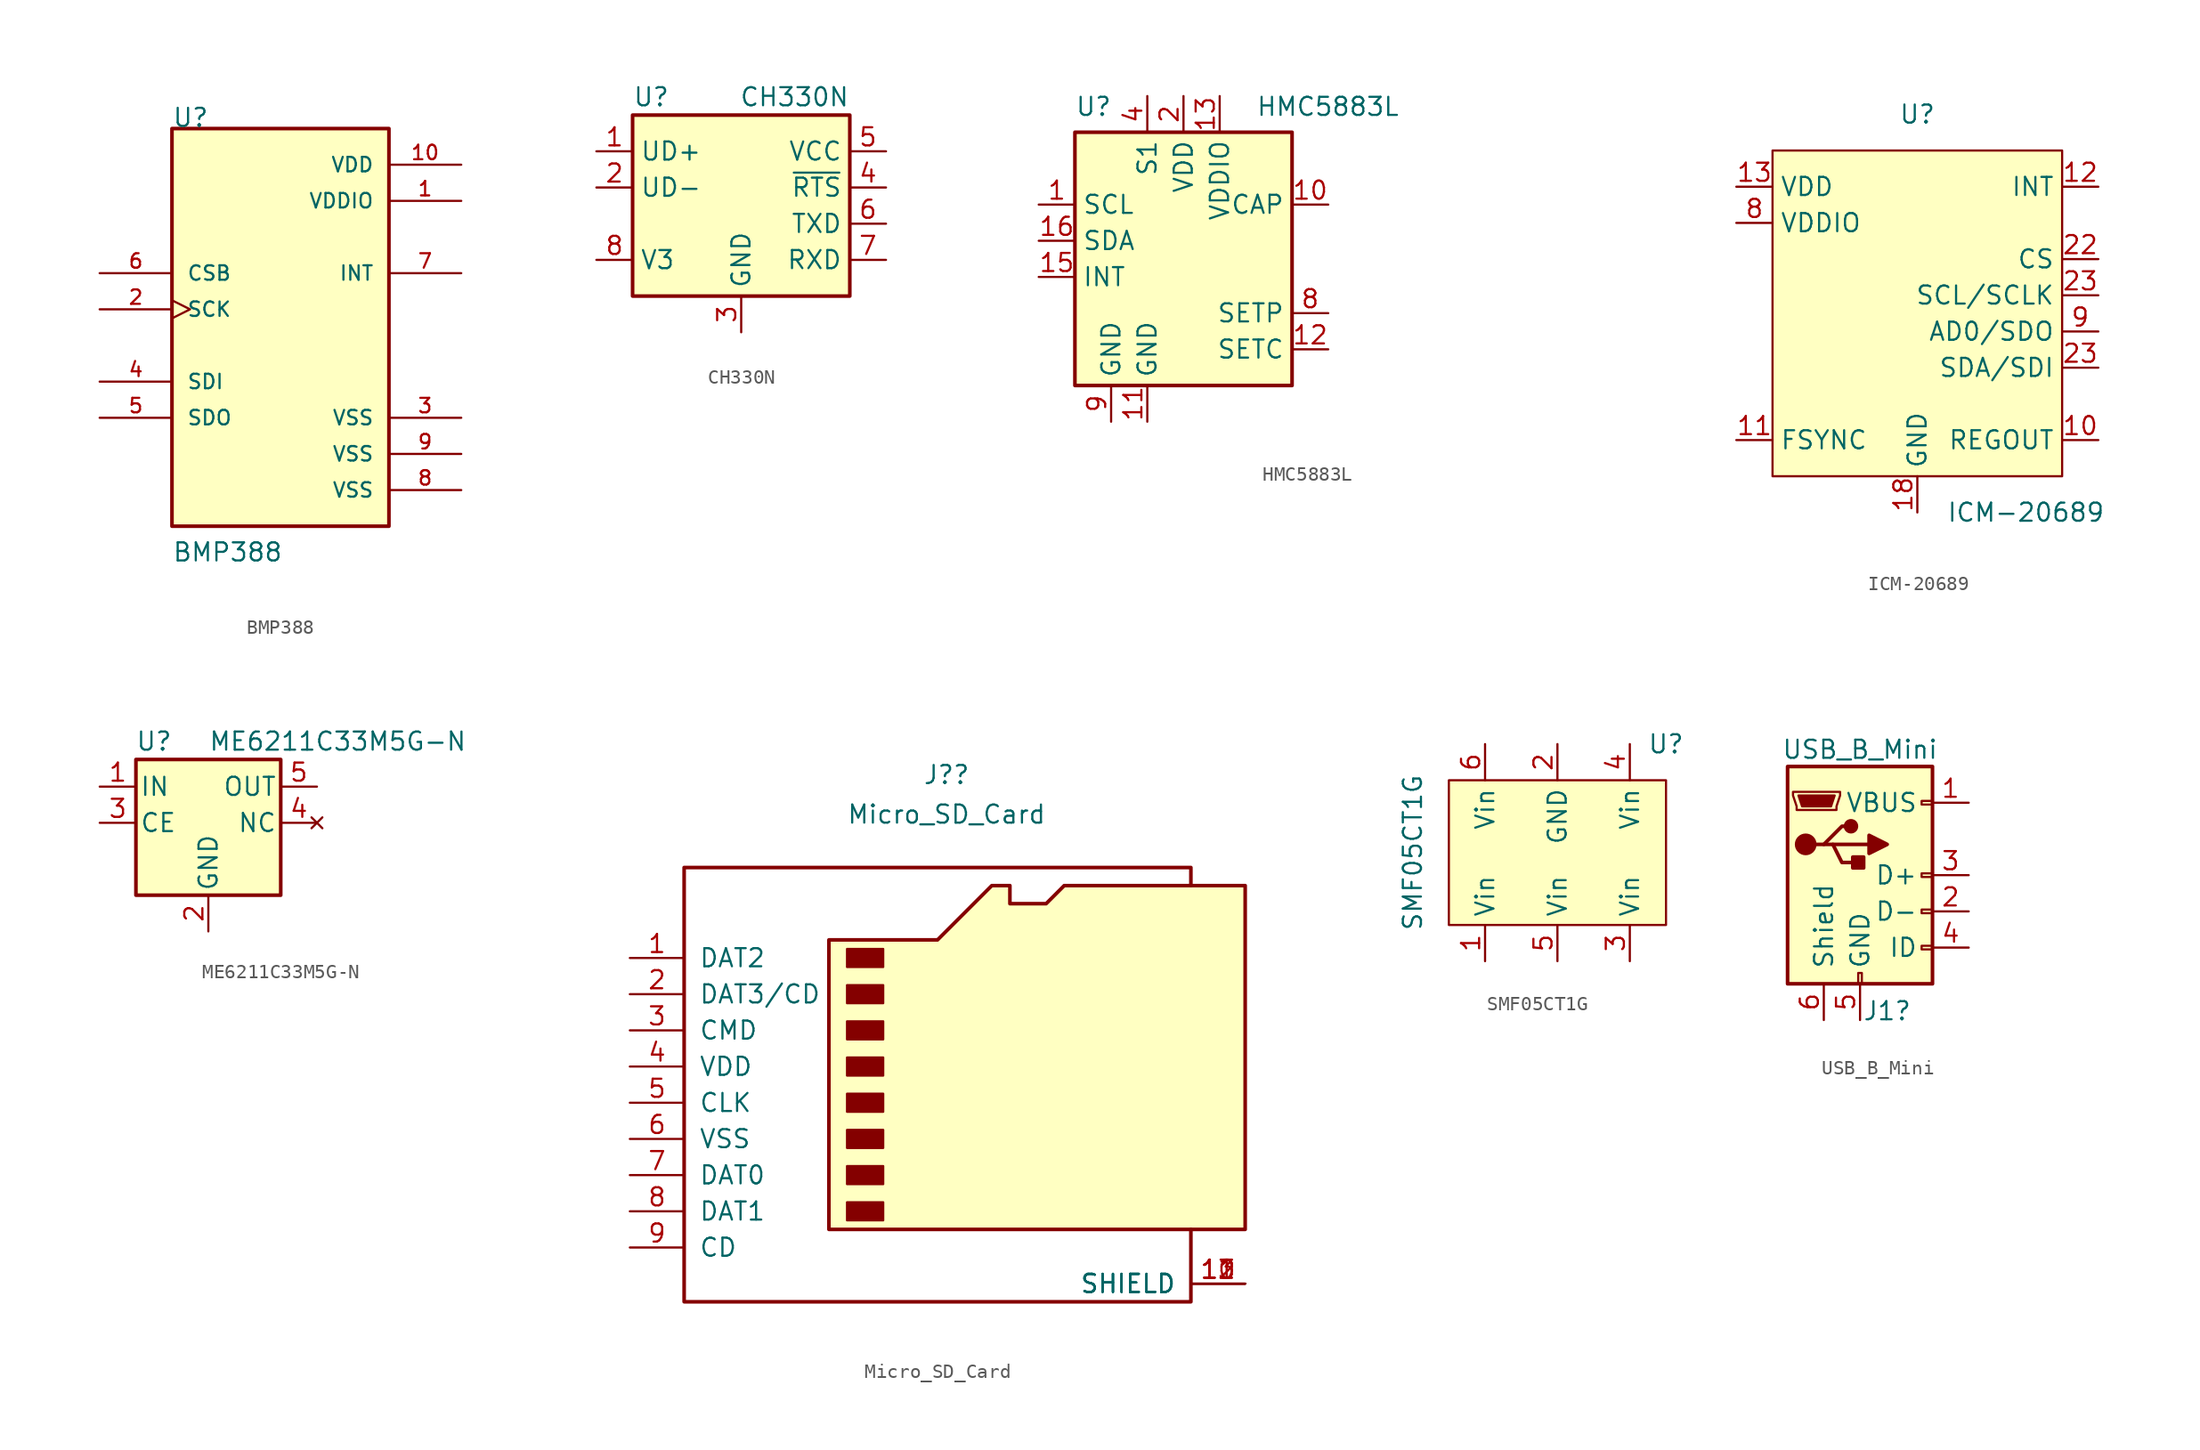
<source format=kicad_sym>
(kicad_symbol_lib
  (version 20211014)
  (generator kicad_symbol_editor)
  (symbol "BMP388"
    (pin_names
      (offset 1.016))
    (property "Reference" "U"
      (at -7.62 15.265 0)
      (effects (font (size 1.27 1.27)) (justify left bottom)))
    (property "Value" "BMP388"
      (at -7.62 -15.265 0)
      (effects (font (size 1.27 1.27)) (justify left bottom)))
    (property "ki_locked" ""
      (at 0 0 0)
      (effects (font (size 1.27 1.27))))
    (symbol "BMP388_0_0"
      (rectangle (start -7.62 -12.7) (end 7.62 15.24) (stroke (width 0.254) (type default) (color 0 0 0 0)) (fill (type background)))
      (pin power_in line (at 12.7 10.16 180) (length 5.08) (name "VDDIO" (effects (font (size 1.016 1.016)))) (number "1" (effects (font (size 1.016 1.016)))))
      (pin power_in line (at 12.7 12.7 180) (length 5.08) (name "VDD" (effects (font (size 1.016 1.016)))) (number "10" (effects (font (size 1.016 1.016)))))
      (pin input clock (at -12.7 2.54 0) (length 5.08) (name "SCK" (effects (font (size 1.016 1.016)))) (number "2" (effects (font (size 1.016 1.016)))))
      (pin power_in line (at 12.7 -5.08 180) (length 5.08) (name "VSS" (effects (font (size 1.016 1.016)))) (number "3" (effects (font (size 1.016 1.016)))))
      (pin bidirectional line (at -12.7 -2.54 0) (length 5.08) (name "SDI" (effects (font (size 1.016 1.016)))) (number "4" (effects (font (size 1.016 1.016)))))
      (pin bidirectional line (at -12.7 -5.08 0) (length 5.08) (name "SDO" (effects (font (size 1.016 1.016)))) (number "5" (effects (font (size 1.016 1.016)))))
      (pin input line (at -12.7 5.08 0) (length 5.08) (name "CSB" (effects (font (size 1.016 1.016)))) (number "6" (effects (font (size 1.016 1.016)))))
      (pin output line (at 12.7 5.08 180) (length 5.08) (name "INT" (effects (font (size 1.016 1.016)))) (number "7" (effects (font (size 1.016 1.016)))))
      (pin power_in line (at 12.7 -10.16 180) (length 5.08) (name "VSS" (effects (font (size 1.016 1.016)))) (number "8" (effects (font (size 1.016 1.016)))))
      (pin power_in line (at 12.7 -7.62 180) (length 5.08) (name "VSS" (effects (font (size 1.016 1.016)))) (number "9" (effects (font (size 1.016 1.016)))))))
  (symbol "CH330N"
    (property "Reference" "U"
      (at -7.62 6.35 0)
      (effects (font (size 1.27 1.27)) (justify left)))
    (property "Value" "CH330N"
      (at 7.62 6.35 0)
      (effects (font (size 1.27 1.27)) (justify right)))
    (symbol "CH330N_0_1"
      (rectangle (start -7.62 5.08) (end 7.62 -7.62) (stroke (width 0.254) (type default) (color 0 0 0 0)) (fill (type background))))
    (symbol "CH330N_1_1"
      (pin bidirectional line (at -10.16 2.54 0) (length 2.54) (name "UD+" (effects (font (size 1.27 1.27)))) (number "1" (effects (font (size 1.27 1.27)))))
      (pin bidirectional line (at -10.16 0 0) (length 2.54) (name "UD-" (effects (font (size 1.27 1.27)))) (number "2" (effects (font (size 1.27 1.27)))))
      (pin power_in line (at 0 -10.16 90) (length 2.54) (name "GND" (effects (font (size 1.27 1.27)))) (number "3" (effects (font (size 1.27 1.27)))))
      (pin output line (at 10.16 0 180) (length 2.54) (name "~{RTS}" (effects (font (size 1.27 1.27)))) (number "4" (effects (font (size 1.27 1.27)))))
      (pin power_in line (at 10.16 2.54 180) (length 2.54) (name "VCC" (effects (font (size 1.27 1.27)))) (number "5" (effects (font (size 1.27 1.27)))))
      (pin output line (at 10.16 -2.54 180) (length 2.54) (name "TXD" (effects (font (size 1.27 1.27)))) (number "6" (effects (font (size 1.27 1.27)))))
      (pin input line (at 10.16 -5.08 180) (length 2.54) (name "RXD" (effects (font (size 1.27 1.27)))) (number "7" (effects (font (size 1.27 1.27)))))
      (pin passive line (at -10.16 -5.08 0) (length 2.54) (name "V3" (effects (font (size 1.27 1.27)))) (number "8" (effects (font (size 1.27 1.27)))))))
  (symbol "HMC5883L"
    (property "Reference" "U"
      (at -7.62 7.62 0)
      (effects (font (size 1.27 1.27)) (justify left top)))
    (property "Value" "HMC5883L"
      (at 5.08 7.62 0)
      (effects (font (size 1.27 1.27)) (justify left top)))
    (symbol "HMC5883L_0_1"
      (rectangle (start -7.62 5.08) (end 7.62 -12.7) (stroke (width 0.254) (type default) (color 0 0 0 0)) (fill (type background))))
    (symbol "HMC5883L_1_1"
      (pin input line (at -10.16 0 0) (length 2.54) (name "SCL" (effects (font (size 1.27 1.27)))) (number "1" (effects (font (size 1.27 1.27)))))
      (pin passive line (at 10.16 0 180) (length 2.54) (name "CAP" (effects (font (size 1.27 1.27)))) (number "10" (effects (font (size 1.27 1.27)))))
      (pin power_in line (at -2.54 -15.24 90) (length 2.54) (name "GND" (effects (font (size 1.27 1.27)))) (number "11" (effects (font (size 1.27 1.27)))))
      (pin passive line (at 10.16 -10.16 180) (length 2.54) (name "SETC" (effects (font (size 1.27 1.27)))) (number "12" (effects (font (size 1.27 1.27)))))
      (pin power_in line (at 2.54 7.62 270) (length 2.54) (name "VDDIO" (effects (font (size 1.27 1.27)))) (number "13" (effects (font (size 1.27 1.27)))))
      (pin no_connect line (at 27.94 -12.7 180) (length 2.54) hide (name "NC" (effects (font (size 1.27 1.27)))) (number "14" (effects (font (size 1.27 1.27)))))
      (pin output line (at -10.16 -5.08 0) (length 2.54) (name "INT" (effects (font (size 1.27 1.27)))) (number "15" (effects (font (size 1.27 1.27)))))
      (pin bidirectional line (at -10.16 -2.54 0) (length 2.54) (name "SDA" (effects (font (size 1.27 1.27)))) (number "16" (effects (font (size 1.27 1.27)))))
      (pin power_in line (at 0 7.62 270) (length 2.54) (name "VDD" (effects (font (size 1.27 1.27)))) (number "2" (effects (font (size 1.27 1.27)))))
      (pin no_connect line (at 27.94 -2.54 180) (length 2.54) hide (name "NC" (effects (font (size 1.27 1.27)))) (number "3" (effects (font (size 1.27 1.27)))))
      (pin power_in line (at -2.54 7.62 270) (length 2.54) (name "S1" (effects (font (size 1.27 1.27)))) (number "4" (effects (font (size 1.27 1.27)))))
      (pin no_connect line (at 27.94 -5.08 180) (length 2.54) hide (name "NC" (effects (font (size 1.27 1.27)))) (number "5" (effects (font (size 1.27 1.27)))))
      (pin no_connect line (at 27.94 -7.62 180) (length 2.54) hide (name "NC" (effects (font (size 1.27 1.27)))) (number "6" (effects (font (size 1.27 1.27)))))
      (pin no_connect line (at 27.94 -10.16 180) (length 2.54) hide (name "NC" (effects (font (size 1.27 1.27)))) (number "7" (effects (font (size 1.27 1.27)))))
      (pin passive line (at 10.16 -7.62 180) (length 2.54) (name "SETP" (effects (font (size 1.27 1.27)))) (number "8" (effects (font (size 1.27 1.27)))))
      (pin power_in line (at -5.08 -15.24 90) (length 2.54) (name "GND" (effects (font (size 1.27 1.27)))) (number "9" (effects (font (size 1.27 1.27)))))))
  (symbol "ICM-20689"
    (property "Reference" "U"
      (at 0 20.32 0)
      (effects (font (size 1.27 1.27))))
    (property "Value" "ICM-20689"
      (at 7.62 -7.62 0)
      (effects (font (size 1.27 1.27))))
    (symbol "ICM-20689_0_1"
      (rectangle (start -10.16 17.78) (end 10.16 -5.08) (stroke (width 0.152) (type default) (color 0 0 0 0)) (fill (type background))))
    (symbol "ICM-20689_1_1"
      (pin output line (at 12.7 -2.54 180) (length 2.54) (name "REGOUT" (effects (font (size 1.27 1.27)))) (number "10" (effects (font (size 1.27 1.27)))))
      (pin input line (at -12.7 -2.54 0) (length 2.54) (name "FSYNC" (effects (font (size 1.27 1.27)))) (number "11" (effects (font (size 1.27 1.27)))))
      (pin output line (at 12.7 15.24 180) (length 2.54) (name "INT" (effects (font (size 1.27 1.27)))) (number "12" (effects (font (size 1.27 1.27)))))
      (pin power_in line (at -12.7 15.24 0) (length 2.54) (name "VDD" (effects (font (size 1.27 1.27)))) (number "13" (effects (font (size 1.27 1.27)))))
      (pin power_in line (at 0 -7.62 90) (length 2.54) (name "GND" (effects (font (size 1.27 1.27)))) (number "18" (effects (font (size 1.27 1.27)))))
      (pin input line (at 12.7 10.16 180) (length 2.54) (name "CS" (effects (font (size 1.27 1.27)))) (number "22" (effects (font (size 1.27 1.27)))))
      (pin input line (at 12.7 7.62 180) (length 2.54) (name "SCL/SCLK" (effects (font (size 1.27 1.27)))) (number "23" (effects (font (size 1.27 1.27)))))
      (pin input line (at 12.7 2.54 180) (length 2.54) (name "SDA/SDI" (effects (font (size 1.27 1.27)))) (number "23" (effects (font (size 1.27 1.27)))))
      (pin power_in line (at -12.7 12.7 0) (length 2.54) (name "VDDIO" (effects (font (size 1.27 1.27)))) (number "8" (effects (font (size 1.27 1.27)))))
      (pin output line (at 12.7 5.08 180) (length 2.54) (name "AD0/SDO" (effects (font (size 1.27 1.27)))) (number "9" (effects (font (size 1.27 1.27)))))))
  (symbol "ME6211C33M5G-N"
    (pin_names
      (offset 0.254))
    (property "Reference" "U"
      (at -3.81 5.715 0)
      (effects (font (size 1.27 1.27))))
    (property "Value" "ME6211C33M5G-N"
      (at 0 5.715 0)
      (effects (font (size 1.27 1.27)) (justify left)))
    (symbol "ME6211C33M5G-N_0_1"
      (rectangle (start -5.08 4.445) (end 5.08 -5.08) (stroke (width 0.254) (type default) (color 0 0 0 0)) (fill (type background))))
    (symbol "ME6211C33M5G-N_1_1"
      (pin power_in line (at -7.62 2.54 0) (length 2.54) (name "IN" (effects (font (size 1.27 1.27)))) (number "1" (effects (font (size 1.27 1.27)))))
      (pin power_in line (at 0 -7.62 90) (length 2.54) (name "GND" (effects (font (size 1.27 1.27)))) (number "2" (effects (font (size 1.27 1.27)))))
      (pin input line (at -7.62 0 0) (length 2.54) (name "CE" (effects (font (size 1.27 1.27)))) (number "3" (effects (font (size 1.27 1.27)))))
      (pin no_connect line (at 7.62 0 180) (length 2.54) (name "NC" (effects (font (size 1.27 1.27)))) (number "4" (effects (font (size 1.27 1.27)))))
      (pin power_out line (at 7.62 2.54 180) (length 2.54) (name "OUT" (effects (font (size 1.27 1.27)))) (number "5" (effects (font (size 1.27 1.27)))))))
  (symbol "Micro_SD_Card"
    (pin_names
      (offset 1.016))
    (property "Reference" "J?"
      (at -0.635 20.477 0)
      (effects (font (size 1.27 1.27))))
    (property "Value" "Micro_SD_Card"
      (at -0.635 17.701 0)
      (effects (font (size 1.27 1.27))))
    (symbol "Micro_SD_Card_0_1"
      (rectangle (start -7.62 -9.525) (end -5.08 -10.795) (stroke (width 0) (type default) (color 0 0 0 0)) (fill (type outline)))
      (rectangle (start -7.62 -6.985) (end -5.08 -8.255) (stroke (width 0) (type default) (color 0 0 0 0)) (fill (type outline)))
      (rectangle (start -7.62 -4.445) (end -5.08 -5.715) (stroke (width 0) (type default) (color 0 0 0 0)) (fill (type outline)))
      (rectangle (start -7.62 -1.905) (end -5.08 -3.175) (stroke (width 0) (type default) (color 0 0 0 0)) (fill (type outline)))
      (rectangle (start -7.62 0.635) (end -5.08 -0.635) (stroke (width 0) (type default) (color 0 0 0 0)) (fill (type outline)))
      (rectangle (start -7.62 3.175) (end -5.08 1.905) (stroke (width 0) (type default) (color 0 0 0 0)) (fill (type outline)))
      (rectangle (start -7.62 5.715) (end -5.08 4.445) (stroke (width 0) (type default) (color 0 0 0 0)) (fill (type outline)))
      (rectangle (start -7.62 8.255) (end -5.08 6.985) (stroke (width 0) (type default) (color 0 0 0 0)) (fill (type outline)))
      (polyline (pts (xy 16.51 12.7) (xy 16.51 13.97) (xy -19.05 13.97) (xy -19.05 -16.51) (xy 16.51 -16.51) (xy 16.51 -11.43)) (stroke (width 0.254) (type default) (color 0 0 0 0)) (fill (type none)))
      (polyline (pts (xy -8.89 -11.43) (xy -8.89 8.89) (xy -1.27 8.89) (xy 2.54 12.7) (xy 3.81 12.7) (xy 3.81 11.43) (xy 6.35 11.43) (xy 7.62 12.7) (xy 20.32 12.7) (xy 20.32 -11.43) (xy -8.89 -11.43)) (stroke (width 0.254) (type default) (color 0 0 0 0)) (fill (type background))))
    (symbol "Micro_SD_Card_1_1"
      (pin bidirectional line (at -22.86 7.62 0) (length 3.81) (name "DAT2" (effects (font (size 1.27 1.27)))) (number "1" (effects (font (size 1.27 1.27)))))
      (pin passive line (at 20.32 -15.24 180) (length 3.81) (name "SHIELD" (effects (font (size 1.27 1.27)))) (number "10" (effects (font (size 1.27 1.27)))))
      (pin passive line (at 20.32 -15.24 180) (length 3.81) (name "SHIELD" (effects (font (size 1.27 1.27)))) (number "11" (effects (font (size 1.27 1.27)))))
      (pin passive line (at 20.32 -15.24 180) (length 3.81) (name "SHIELD" (effects (font (size 1.27 1.27)))) (number "12" (effects (font (size 1.27 1.27)))))
      (pin passive line (at 20.32 -15.24 180) (length 3.81) (name "SHIELD" (effects (font (size 1.27 1.27)))) (number "13" (effects (font (size 1.27 1.27)))))
      (pin bidirectional line (at -22.86 5.08 0) (length 3.81) (name "DAT3/CD" (effects (font (size 1.27 1.27)))) (number "2" (effects (font (size 1.27 1.27)))))
      (pin input line (at -22.86 2.54 0) (length 3.81) (name "CMD" (effects (font (size 1.27 1.27)))) (number "3" (effects (font (size 1.27 1.27)))))
      (pin power_in line (at -22.86 0 0) (length 3.81) (name "VDD" (effects (font (size 1.27 1.27)))) (number "4" (effects (font (size 1.27 1.27)))))
      (pin input line (at -22.86 -2.54 0) (length 3.81) (name "CLK" (effects (font (size 1.27 1.27)))) (number "5" (effects (font (size 1.27 1.27)))))
      (pin power_in line (at -22.86 -5.08 0) (length 3.81) (name "VSS" (effects (font (size 1.27 1.27)))) (number "6" (effects (font (size 1.27 1.27)))))
      (pin bidirectional line (at -22.86 -7.62 0) (length 3.81) (name "DAT0" (effects (font (size 1.27 1.27)))) (number "7" (effects (font (size 1.27 1.27)))))
      (pin bidirectional line (at -22.86 -10.16 0) (length 3.81) (name "DAT1" (effects (font (size 1.27 1.27)))) (number "8" (effects (font (size 1.27 1.27)))))
      (pin output line (at -22.86 -12.7 0) (length 3.81) (name "CD" (effects (font (size 1.27 1.27)))) (number "9" (effects (font (size 1.27 1.27)))))))
  (symbol "SMF05CT1G"
    (property "Reference" "U"
      (at 7.62 7.62 0)
      (effects (font (size 1.27 1.27))))
    (property "Value" "SMF05CT1G"
      (at -10.16 0 90)
      (effects (font (size 1.27 1.27))))
    (symbol "SMF05CT1G_0_1"
      (rectangle (start -7.62 5.08) (end 7.62 -5.08) (stroke (width 0.152) (type default) (color 0 0 0 0)) (fill (type background))))
    (symbol "SMF05CT1G_1_1"
      (pin input line (at -5.08 -7.62 90) (length 2.54) (name "Vin" (effects (font (size 1.27 1.27)))) (number "1" (effects (font (size 1.27 1.27)))))
      (pin power_in line (at 0 7.62 270) (length 2.54) (name "GND" (effects (font (size 1.27 1.27)))) (number "2" (effects (font (size 1.27 1.27)))))
      (pin input line (at 5.08 -7.62 90) (length 2.54) (name "Vin" (effects (font (size 1.27 1.27)))) (number "3" (effects (font (size 1.27 1.27)))))
      (pin input line (at 5.08 7.62 270) (length 2.54) (name "Vin" (effects (font (size 1.27 1.27)))) (number "4" (effects (font (size 1.27 1.27)))))
      (pin input line (at 0 -7.62 90) (length 2.54) (name "Vin" (effects (font (size 1.27 1.27)))) (number "5" (effects (font (size 1.27 1.27)))))
      (pin input line (at -5.08 7.62 270) (length 2.54) (name "Vin" (effects (font (size 1.27 1.27)))) (number "6" (effects (font (size 1.27 1.27)))))))
  (symbol "USB_B_Mini"
    (pin_names
      (offset 1.016))
    (property "Reference" "J1"
      (at 1.905 -9.525 0)
      (effects (font (size 1.27 1.27))))
    (property "Value" "USB_B_Mini"
      (at 0 8.811 0)
      (effects (font (size 1.27 1.27))))
    (symbol "USB_B_Mini_0_1"
      (rectangle (start -5.08 -7.62) (end 5.08 7.62) (stroke (width 0.254) (type default) (color 0 0 0 0)) (fill (type background)))
      (circle (center -3.81 2.159) (radius 0.635) (stroke (width 0.254) (type default) (color 0 0 0 0)) (fill (type outline)))
      (circle (center -0.635 3.429) (radius 0.381) (stroke (width 0.254) (type default) (color 0 0 0 0)) (fill (type outline)))
      (rectangle (start -0.127 -7.62) (end 0.127 -6.858) (stroke (width 0) (type default) (color 0 0 0 0)) (fill (type none)))
      (polyline (pts (xy -1.905 2.159) (xy 0.635 2.159)) (stroke (width 0.254) (type default) (color 0 0 0 0)) (fill (type none)))
      (polyline (pts (xy -3.175 2.159) (xy -2.54 2.159) (xy -1.27 3.429) (xy -0.635 3.429)) (stroke (width 0.254) (type default) (color 0 0 0 0)) (fill (type none)))
      (polyline (pts (xy -2.54 2.159) (xy -1.905 2.159) (xy -1.27 0.889) (xy 0 0.889)) (stroke (width 0.254) (type default) (color 0 0 0 0)) (fill (type none)))
      (polyline (pts (xy 0.635 2.794) (xy 0.635 1.524) (xy 1.905 2.159) (xy 0.635 2.794)) (stroke (width 0.254) (type default) (color 0 0 0 0)) (fill (type outline)))
      (polyline (pts (xy -4.318 5.588) (xy -1.778 5.588) (xy -2.032 4.826) (xy -4.064 4.826) (xy -4.318 5.588)) (stroke (width 0) (type default) (color 0 0 0 0)) (fill (type outline)))
      (polyline (pts (xy -4.699 5.842) (xy -4.699 5.588) (xy -4.445 4.826) (xy -4.445 4.572) (xy -1.651 4.572) (xy -1.651 4.826) (xy -1.397 5.588) (xy -1.397 5.842) (xy -4.699 5.842)) (stroke (width 0) (type default) (color 0 0 0 0)) (fill (type none)))
      (rectangle (start 0.254 1.27) (end -0.508 0.508) (stroke (width 0.254) (type default) (color 0 0 0 0)) (fill (type outline)))
      (rectangle (start 5.08 -5.207) (end 4.318 -4.953) (stroke (width 0) (type default) (color 0 0 0 0)) (fill (type none)))
      (rectangle (start 5.08 -2.667) (end 4.318 -2.413) (stroke (width 0) (type default) (color 0 0 0 0)) (fill (type none)))
      (rectangle (start 5.08 -0.127) (end 4.318 0.127) (stroke (width 0) (type default) (color 0 0 0 0)) (fill (type none)))
      (rectangle (start 5.08 4.953) (end 4.318 5.207) (stroke (width 0) (type default) (color 0 0 0 0)) (fill (type none))))
    (symbol "USB_B_Mini_1_1"
      (pin power_out line (at 7.62 5.08 180) (length 2.54) (name "VBUS" (effects (font (size 1.27 1.27)))) (number "1" (effects (font (size 1.27 1.27)))))
      (pin bidirectional line (at 7.62 -2.54 180) (length 2.54) (name "D-" (effects (font (size 1.27 1.27)))) (number "2" (effects (font (size 1.27 1.27)))))
      (pin bidirectional line (at 7.62 0 180) (length 2.54) (name "D+" (effects (font (size 1.27 1.27)))) (number "3" (effects (font (size 1.27 1.27)))))
      (pin passive line (at 7.62 -5.08 180) (length 2.54) (name "ID" (effects (font (size 1.27 1.27)))) (number "4" (effects (font (size 1.27 1.27)))))
      (pin power_in line (at 0 -10.16 90) (length 2.54) (name "GND" (effects (font (size 1.27 1.27)))) (number "5" (effects (font (size 1.27 1.27)))))
      (pin passive line (at -2.54 -10.16 90) (length 2.54) (name "Shield" (effects (font (size 1.27 1.27)))) (number "6" (effects (font (size 1.27 1.27))))))))
</source>
